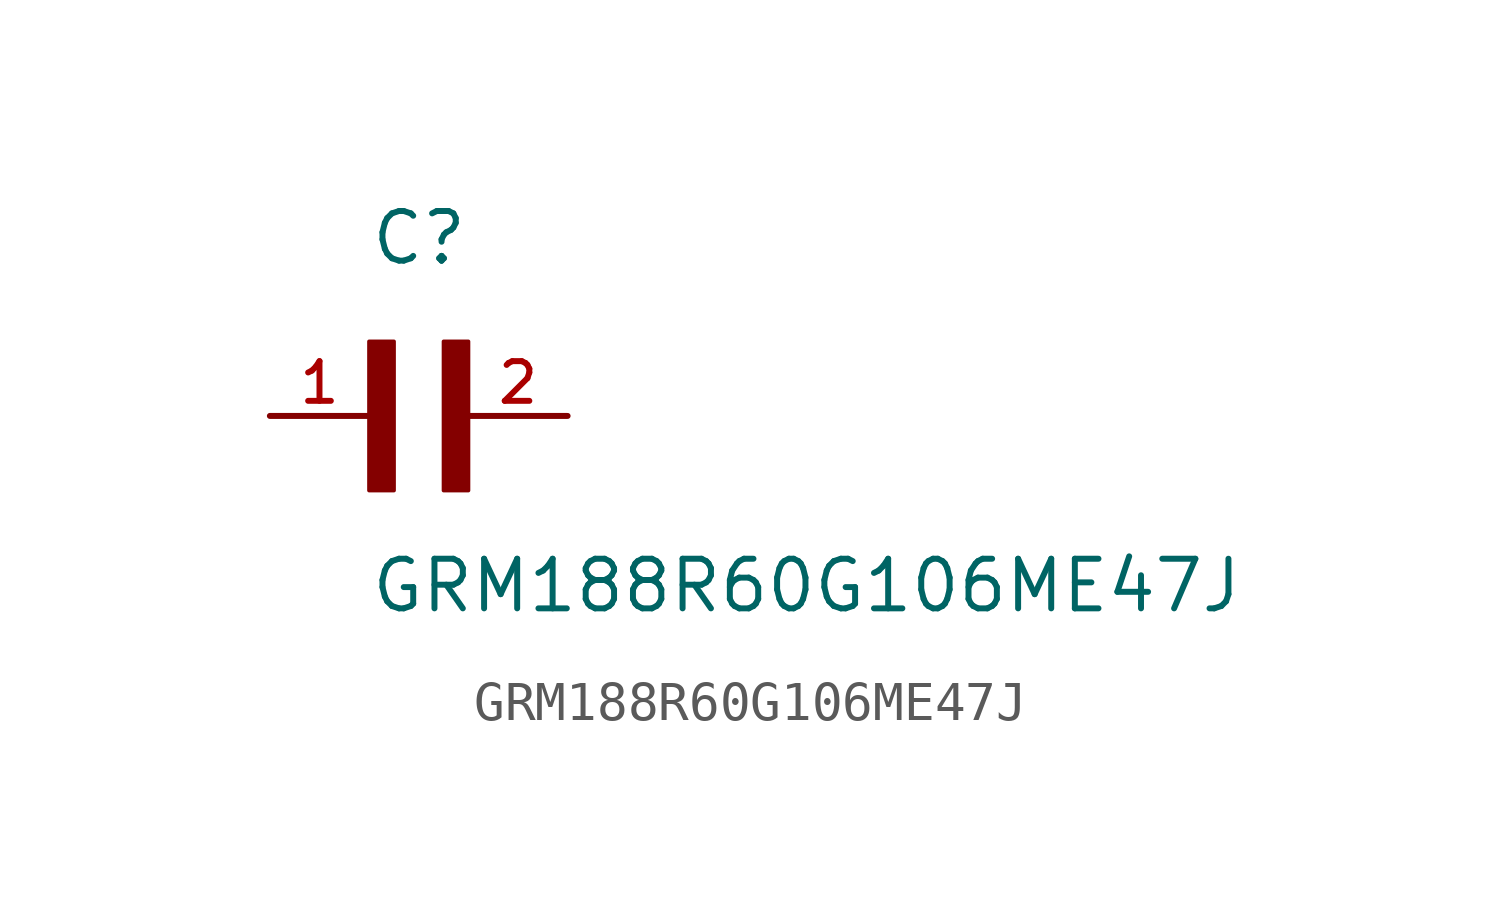
<source format=kicad_sym>
(kicad_symbol_lib
  (version 20211014)
  (generator kicad_symbol_editor)
  (symbol "GRM188R60G106ME47J"
    (pin_names
      (offset 1.016))
    (property "Reference" "C"
      (at 0.0 3.811 0)
      (effects (font (size 1.27 1.27)) (justify bottom left)))
    (property "Value" "GRM188R60G106ME47J"
      (at 0.0 -5.088 0)
      (effects (font (size 1.27 1.27)) (justify bottom left)))
    (symbol "GRM188R60G106ME47J_0_0"
      (rectangle (start 0.0 -1.907) (end 0.635 1.905) (stroke (width 0.1)) (fill (type outline)))
      (rectangle (start 1.907 -1.907) (end 2.54 1.905) (stroke (width 0.1)) (fill (type outline)))
      (pin passive line (at 5.08 0.0 180.0) (length 2.54) (name "~" (effects (font (size 1.016 1.016)))) (number "2" (effects (font (size 1.016 1.016)))))
      (pin passive line (at -2.54 0.0 0) (length 2.54) (name "~" (effects (font (size 1.016 1.016)))) (number "1" (effects (font (size 1.016 1.016))))))))
</source>
